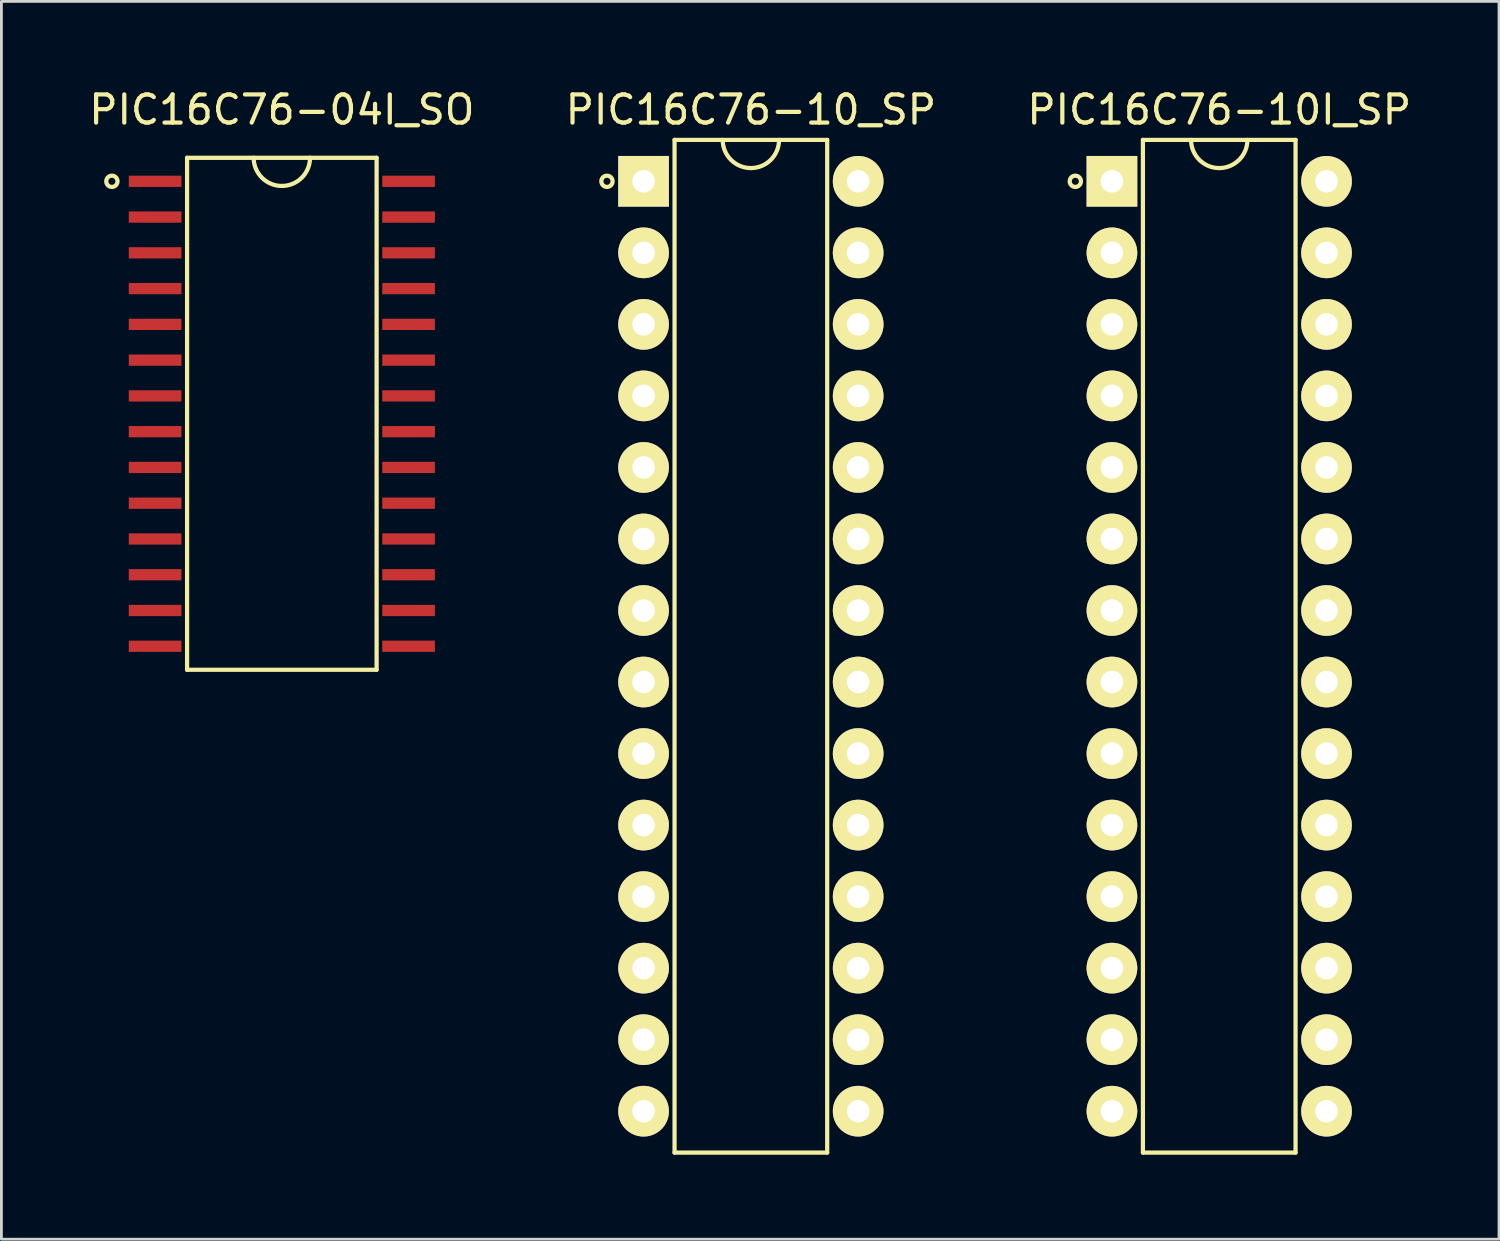
<source format=kicad_pcb>
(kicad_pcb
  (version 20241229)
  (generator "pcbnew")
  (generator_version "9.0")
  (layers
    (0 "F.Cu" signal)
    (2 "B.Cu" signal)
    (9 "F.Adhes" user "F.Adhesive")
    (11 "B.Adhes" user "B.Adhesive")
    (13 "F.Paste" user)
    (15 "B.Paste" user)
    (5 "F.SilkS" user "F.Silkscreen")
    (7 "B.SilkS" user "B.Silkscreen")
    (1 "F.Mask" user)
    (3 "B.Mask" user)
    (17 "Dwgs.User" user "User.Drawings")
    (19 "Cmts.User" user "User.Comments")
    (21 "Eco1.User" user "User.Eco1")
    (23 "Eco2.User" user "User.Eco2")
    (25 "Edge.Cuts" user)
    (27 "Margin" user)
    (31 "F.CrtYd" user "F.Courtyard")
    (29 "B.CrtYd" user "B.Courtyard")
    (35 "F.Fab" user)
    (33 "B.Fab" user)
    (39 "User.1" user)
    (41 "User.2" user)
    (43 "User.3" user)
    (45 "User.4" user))
  (footprint "PIC16C76-10I_SP"
    (layer "F.Cu")
    (at 36.434 3.388)
    (property "Reference" "PIC16C76-10I_SP" (at 3.81 -2.54 0) (layer "F.SilkS") (effects (font (size 1 1) (thickness 0.15))))
    (attr through_hole)
    (fp_line (start 1.1 -1.47) (end 6.52 -1.47) (stroke (width 0.15) (type solid)) (layer "F.SilkS"))
    (fp_line (start 1.1 34.49) (end 1.1 -1.47) (stroke (width 0.15) (type solid)) (layer "F.SilkS"))
    (fp_line (start 6.52 -1.47) (end 6.52 34.49) (stroke (width 0.15) (type solid)) (layer "F.SilkS"))
    (fp_line (start 6.52 34.49) (end 1.1 34.49) (stroke (width 0.15) (type solid)) (layer "F.SilkS"))
    (fp_arc (start 3.81 -0.47) (mid 3.102893 -0.762893) (end 2.81 -1.47) (stroke (width 0.15) (type solid)) (layer "F.SilkS"))
    (fp_arc (start 4.81 -1.47) (mid 4.517107 -0.762893) (end 3.81 -0.47) (stroke (width 0.15) (type solid)) (layer "F.SilkS"))
    (fp_circle (center -1.3 0) (end -1.3 0.2) (stroke (width 0.15) (type solid)) (fill no) (layer "F.SilkS"))
    (pad "1" thru_hole rect (at 0 0) (size 1.8 1.8) (drill 0.8) (layers "*.Cu" "*.Mask" "F.SilkS"))
    (pad "2" thru_hole circle (at 0 2.54) (size 1.8 1.8) (drill 0.8) (layers "*.Cu" "*.Mask" "F.SilkS"))
    (pad "3" thru_hole circle (at 0 5.08) (size 1.8 1.8) (drill 0.8) (layers "*.Cu" "*.Mask" "F.SilkS"))
    (pad "4" thru_hole circle (at 0 7.62) (size 1.8 1.8) (drill 0.8) (layers "*.Cu" "*.Mask" "F.SilkS"))
    (pad "5" thru_hole circle (at 0 10.16) (size 1.8 1.8) (drill 0.8) (layers "*.Cu" "*.Mask" "F.SilkS"))
    (pad "6" thru_hole circle (at 0 12.7) (size 1.8 1.8) (drill 0.8) (layers "*.Cu" "*.Mask" "F.SilkS"))
    (pad "7" thru_hole circle (at 0 15.24) (size 1.8 1.8) (drill 0.8) (layers "*.Cu" "*.Mask" "F.SilkS"))
    (pad "8" thru_hole circle (at 0 17.78) (size 1.8 1.8) (drill 0.8) (layers "*.Cu" "*.Mask" "F.SilkS"))
    (pad "9" thru_hole circle (at 0 20.32) (size 1.8 1.8) (drill 0.8) (layers "*.Cu" "*.Mask" "F.SilkS"))
    (pad "10" thru_hole circle (at 0 22.86) (size 1.8 1.8) (drill 0.8) (layers "*.Cu" "*.Mask" "F.SilkS"))
    (pad "11" thru_hole circle (at 0 25.4) (size 1.8 1.8) (drill 0.8) (layers "*.Cu" "*.Mask" "F.SilkS"))
    (pad "12" thru_hole circle (at 0 27.94) (size 1.8 1.8) (drill 0.8) (layers "*.Cu" "*.Mask" "F.SilkS"))
    (pad "13" thru_hole circle (at 0 30.48) (size 1.8 1.8) (drill 0.8) (layers "*.Cu" "*.Mask" "F.SilkS"))
    (pad "14" thru_hole circle (at 0 33.02) (size 1.8 1.8) (drill 0.8) (layers "*.Cu" "*.Mask" "F.SilkS"))
    (pad "15" thru_hole circle (at 7.62 33.02) (size 1.8 1.8) (drill 0.8) (layers "*.Cu" "*.Mask" "F.SilkS"))
    (pad "16" thru_hole circle (at 7.62 30.48) (size 1.8 1.8) (drill 0.8) (layers "*.Cu" "*.Mask" "F.SilkS"))
    (pad "17" thru_hole circle (at 7.62 27.94) (size 1.8 1.8) (drill 0.8) (layers "*.Cu" "*.Mask" "F.SilkS"))
    (pad "18" thru_hole circle (at 7.62 25.4) (size 1.8 1.8) (drill 0.8) (layers "*.Cu" "*.Mask" "F.SilkS"))
    (pad "19" thru_hole circle (at 7.62 22.86) (size 1.8 1.8) (drill 0.8) (layers "*.Cu" "*.Mask" "F.SilkS"))
    (pad "20" thru_hole circle (at 7.62 20.32) (size 1.8 1.8) (drill 0.8) (layers "*.Cu" "*.Mask" "F.SilkS"))
    (pad "21" thru_hole circle (at 7.62 17.78) (size 1.8 1.8) (drill 0.8) (layers "*.Cu" "*.Mask" "F.SilkS"))
    (pad "22" thru_hole circle (at 7.62 15.24) (size 1.8 1.8) (drill 0.8) (layers "*.Cu" "*.Mask" "F.SilkS"))
    (pad "23" thru_hole circle (at 7.62 12.7) (size 1.8 1.8) (drill 0.8) (layers "*.Cu" "*.Mask" "F.SilkS"))
    (pad "24" thru_hole circle (at 7.62 10.16) (size 1.8 1.8) (drill 0.8) (layers "*.Cu" "*.Mask" "F.SilkS"))
    (pad "25" thru_hole circle (at 7.62 7.62) (size 1.8 1.8) (drill 0.8) (layers "*.Cu" "*.Mask" "F.SilkS"))
    (pad "26" thru_hole circle (at 7.62 5.08) (size 1.8 1.8) (drill 0.8) (layers "*.Cu" "*.Mask" "F.SilkS"))
    (pad "27" thru_hole circle (at 7.62 2.54) (size 1.8 1.8) (drill 0.8) (layers "*.Cu" "*.Mask" "F.SilkS"))
    (pad "28" thru_hole circle (at 7.62 0) (size 1.8 1.8) (drill 0.8) (layers "*.Cu" "*.Mask" "F.SilkS")))
  (footprint "PIC16C76-10_SP"
    (layer "F.Cu")
    (at 19.803 3.388)
    (property "Reference" "PIC16C76-10_SP" (at 3.81 -2.54 0) (layer "F.SilkS") (effects (font (size 1 1) (thickness 0.15))))
    (attr through_hole)
    (fp_line (start 1.1 -1.47) (end 6.52 -1.47) (stroke (width 0.15) (type solid)) (layer "F.SilkS"))
    (fp_line (start 1.1 34.49) (end 1.1 -1.47) (stroke (width 0.15) (type solid)) (layer "F.SilkS"))
    (fp_line (start 6.52 -1.47) (end 6.52 34.49) (stroke (width 0.15) (type solid)) (layer "F.SilkS"))
    (fp_line (start 6.52 34.49) (end 1.1 34.49) (stroke (width 0.15) (type solid)) (layer "F.SilkS"))
    (fp_arc (start 3.81 -0.47) (mid 3.102893 -0.762893) (end 2.81 -1.47) (stroke (width 0.15) (type solid)) (layer "F.SilkS"))
    (fp_arc (start 4.81 -1.47) (mid 4.517107 -0.762893) (end 3.81 -0.47) (stroke (width 0.15) (type solid)) (layer "F.SilkS"))
    (fp_circle (center -1.3 0) (end -1.3 0.2) (stroke (width 0.15) (type solid)) (fill no) (layer "F.SilkS"))
    (pad "1" thru_hole rect (at 0 0) (size 1.8 1.8) (drill 0.8) (layers "*.Cu" "*.Mask" "F.SilkS"))
    (pad "2" thru_hole circle (at 0 2.54) (size 1.8 1.8) (drill 0.8) (layers "*.Cu" "*.Mask" "F.SilkS"))
    (pad "3" thru_hole circle (at 0 5.08) (size 1.8 1.8) (drill 0.8) (layers "*.Cu" "*.Mask" "F.SilkS"))
    (pad "4" thru_hole circle (at 0 7.62) (size 1.8 1.8) (drill 0.8) (layers "*.Cu" "*.Mask" "F.SilkS"))
    (pad "5" thru_hole circle (at 0 10.16) (size 1.8 1.8) (drill 0.8) (layers "*.Cu" "*.Mask" "F.SilkS"))
    (pad "6" thru_hole circle (at 0 12.7) (size 1.8 1.8) (drill 0.8) (layers "*.Cu" "*.Mask" "F.SilkS"))
    (pad "7" thru_hole circle (at 0 15.24) (size 1.8 1.8) (drill 0.8) (layers "*.Cu" "*.Mask" "F.SilkS"))
    (pad "8" thru_hole circle (at 0 17.78) (size 1.8 1.8) (drill 0.8) (layers "*.Cu" "*.Mask" "F.SilkS"))
    (pad "9" thru_hole circle (at 0 20.32) (size 1.8 1.8) (drill 0.8) (layers "*.Cu" "*.Mask" "F.SilkS"))
    (pad "10" thru_hole circle (at 0 22.86) (size 1.8 1.8) (drill 0.8) (layers "*.Cu" "*.Mask" "F.SilkS"))
    (pad "11" thru_hole circle (at 0 25.4) (size 1.8 1.8) (drill 0.8) (layers "*.Cu" "*.Mask" "F.SilkS"))
    (pad "12" thru_hole circle (at 0 27.94) (size 1.8 1.8) (drill 0.8) (layers "*.Cu" "*.Mask" "F.SilkS"))
    (pad "13" thru_hole circle (at 0 30.48) (size 1.8 1.8) (drill 0.8) (layers "*.Cu" "*.Mask" "F.SilkS"))
    (pad "14" thru_hole circle (at 0 33.02) (size 1.8 1.8) (drill 0.8) (layers "*.Cu" "*.Mask" "F.SilkS"))
    (pad "15" thru_hole circle (at 7.62 33.02) (size 1.8 1.8) (drill 0.8) (layers "*.Cu" "*.Mask" "F.SilkS"))
    (pad "16" thru_hole circle (at 7.62 30.48) (size 1.8 1.8) (drill 0.8) (layers "*.Cu" "*.Mask" "F.SilkS"))
    (pad "17" thru_hole circle (at 7.62 27.94) (size 1.8 1.8) (drill 0.8) (layers "*.Cu" "*.Mask" "F.SilkS"))
    (pad "18" thru_hole circle (at 7.62 25.4) (size 1.8 1.8) (drill 0.8) (layers "*.Cu" "*.Mask" "F.SilkS"))
    (pad "19" thru_hole circle (at 7.62 22.86) (size 1.8 1.8) (drill 0.8) (layers "*.Cu" "*.Mask" "F.SilkS"))
    (pad "20" thru_hole circle (at 7.62 20.32) (size 1.8 1.8) (drill 0.8) (layers "*.Cu" "*.Mask" "F.SilkS"))
    (pad "21" thru_hole circle (at 7.62 17.78) (size 1.8 1.8) (drill 0.8) (layers "*.Cu" "*.Mask" "F.SilkS"))
    (pad "22" thru_hole circle (at 7.62 15.24) (size 1.8 1.8) (drill 0.8) (layers "*.Cu" "*.Mask" "F.SilkS"))
    (pad "23" thru_hole circle (at 7.62 12.7) (size 1.8 1.8) (drill 0.8) (layers "*.Cu" "*.Mask" "F.SilkS"))
    (pad "24" thru_hole circle (at 7.62 10.16) (size 1.8 1.8) (drill 0.8) (layers "*.Cu" "*.Mask" "F.SilkS"))
    (pad "25" thru_hole circle (at 7.62 7.62) (size 1.8 1.8) (drill 0.8) (layers "*.Cu" "*.Mask" "F.SilkS"))
    (pad "26" thru_hole circle (at 7.62 5.08) (size 1.8 1.8) (drill 0.8) (layers "*.Cu" "*.Mask" "F.SilkS"))
    (pad "27" thru_hole circle (at 7.62 2.54) (size 1.8 1.8) (drill 0.8) (layers "*.Cu" "*.Mask" "F.SilkS"))
    (pad "28" thru_hole circle (at 7.62 0) (size 1.8 1.8) (drill 0.8) (layers "*.Cu" "*.Mask" "F.SilkS")))
  (footprint "PIC16C76-04I_SO"
    (layer "F.Cu")
    (at 2.458 3.388)
    (property "Reference" "PIC16C76-04I_SO" (at 4.5 -2.54 0) (layer "F.SilkS") (effects (font (size 1 1) (thickness 0.15))))
    (attr through_hole)
    (fp_line (start 1.135 -0.835) (end 7.865 -0.835) (stroke (width 0.15) (type solid)) (layer "F.SilkS"))
    (fp_line (start 1.135 17.345) (end 1.135 -0.835) (stroke (width 0.15) (type solid)) (layer "F.SilkS"))
    (fp_line (start 7.865 -0.835) (end 7.865 17.345) (stroke (width 0.15) (type solid)) (layer "F.SilkS"))
    (fp_line (start 7.865 17.345) (end 1.135 17.345) (stroke (width 0.15) (type solid)) (layer "F.SilkS"))
    (fp_arc (start 4.5 0.165) (mid 3.792893 -0.127893) (end 3.5 -0.835) (stroke (width 0.15) (type solid)) (layer "F.SilkS"))
    (fp_arc (start 5.5 -0.835) (mid 5.207107 -0.127893) (end 4.5 0.165) (stroke (width 0.15) (type solid)) (layer "F.SilkS"))
    (fp_circle (center -1.535 0) (end -1.535 0.2) (stroke (width 0.15) (type solid)) (fill no) (layer "F.SilkS"))
    (pad "1" smd rect (at 0 0) (size 1.87 0.4) (layers "F.Cu" "F.Mask" "F.Paste"))
    (pad "2" smd rect (at 0 1.27) (size 1.87 0.4) (layers "F.Cu" "F.Mask" "F.Paste"))
    (pad "3" smd rect (at 0 2.54) (size 1.87 0.4) (layers "F.Cu" "F.Mask" "F.Paste"))
    (pad "4" smd rect (at 0 3.81) (size 1.87 0.4) (layers "F.Cu" "F.Mask" "F.Paste"))
    (pad "5" smd rect (at 0 5.08) (size 1.87 0.4) (layers "F.Cu" "F.Mask" "F.Paste"))
    (pad "6" smd rect (at 0 6.35) (size 1.87 0.4) (layers "F.Cu" "F.Mask" "F.Paste"))
    (pad "7" smd rect (at 0 7.62) (size 1.87 0.4) (layers "F.Cu" "F.Mask" "F.Paste"))
    (pad "8" smd rect (at 0 8.89) (size 1.87 0.4) (layers "F.Cu" "F.Mask" "F.Paste"))
    (pad "9" smd rect (at 0 10.16) (size 1.87 0.4) (layers "F.Cu" "F.Mask" "F.Paste"))
    (pad "10" smd rect (at 0 11.43) (size 1.87 0.4) (layers "F.Cu" "F.Mask" "F.Paste"))
    (pad "11" smd rect (at 0 12.7) (size 1.87 0.4) (layers "F.Cu" "F.Mask" "F.Paste"))
    (pad "12" smd rect (at 0 13.97) (size 1.87 0.4) (layers "F.Cu" "F.Mask" "F.Paste"))
    (pad "13" smd rect (at 0 15.24) (size 1.87 0.4) (layers "F.Cu" "F.Mask" "F.Paste"))
    (pad "14" smd rect (at 0 16.51) (size 1.87 0.4) (layers "F.Cu" "F.Mask" "F.Paste"))
    (pad "15" smd rect (at 9 16.51) (size 1.87 0.4) (layers "F.Cu" "F.Mask" "F.Paste"))
    (pad "16" smd rect (at 9 15.24) (size 1.87 0.4) (layers "F.Cu" "F.Mask" "F.Paste"))
    (pad "17" smd rect (at 9 13.97) (size 1.87 0.4) (layers "F.Cu" "F.Mask" "F.Paste"))
    (pad "18" smd rect (at 9 12.7) (size 1.87 0.4) (layers "F.Cu" "F.Mask" "F.Paste"))
    (pad "19" smd rect (at 9 11.43) (size 1.87 0.4) (layers "F.Cu" "F.Mask" "F.Paste"))
    (pad "20" smd rect (at 9 10.16) (size 1.87 0.4) (layers "F.Cu" "F.Mask" "F.Paste"))
    (pad "21" smd rect (at 9 8.89) (size 1.87 0.4) (layers "F.Cu" "F.Mask" "F.Paste"))
    (pad "22" smd rect (at 9 7.62) (size 1.87 0.4) (layers "F.Cu" "F.Mask" "F.Paste"))
    (pad "23" smd rect (at 9 6.35) (size 1.87 0.4) (layers "F.Cu" "F.Mask" "F.Paste"))
    (pad "24" smd rect (at 9 5.08) (size 1.87 0.4) (layers "F.Cu" "F.Mask" "F.Paste"))
    (pad "25" smd rect (at 9 3.81) (size 1.87 0.4) (layers "F.Cu" "F.Mask" "F.Paste"))
    (pad "26" smd rect (at 9 2.54) (size 1.87 0.4) (layers "F.Cu" "F.Mask" "F.Paste"))
    (pad "27" smd rect (at 9 1.27) (size 1.87 0.4) (layers "F.Cu" "F.Mask" "F.Paste"))
    (pad "28" smd rect (at 9 0) (size 1.87 0.4) (layers "F.Cu" "F.Mask" "F.Paste")))
  (gr_rect
    (start -3 -3)
    (end 50.179 40.953)
    (stroke (width 0.1) (type default))
    (fill no)
    (layer "Edge.Cuts")))
</source>
